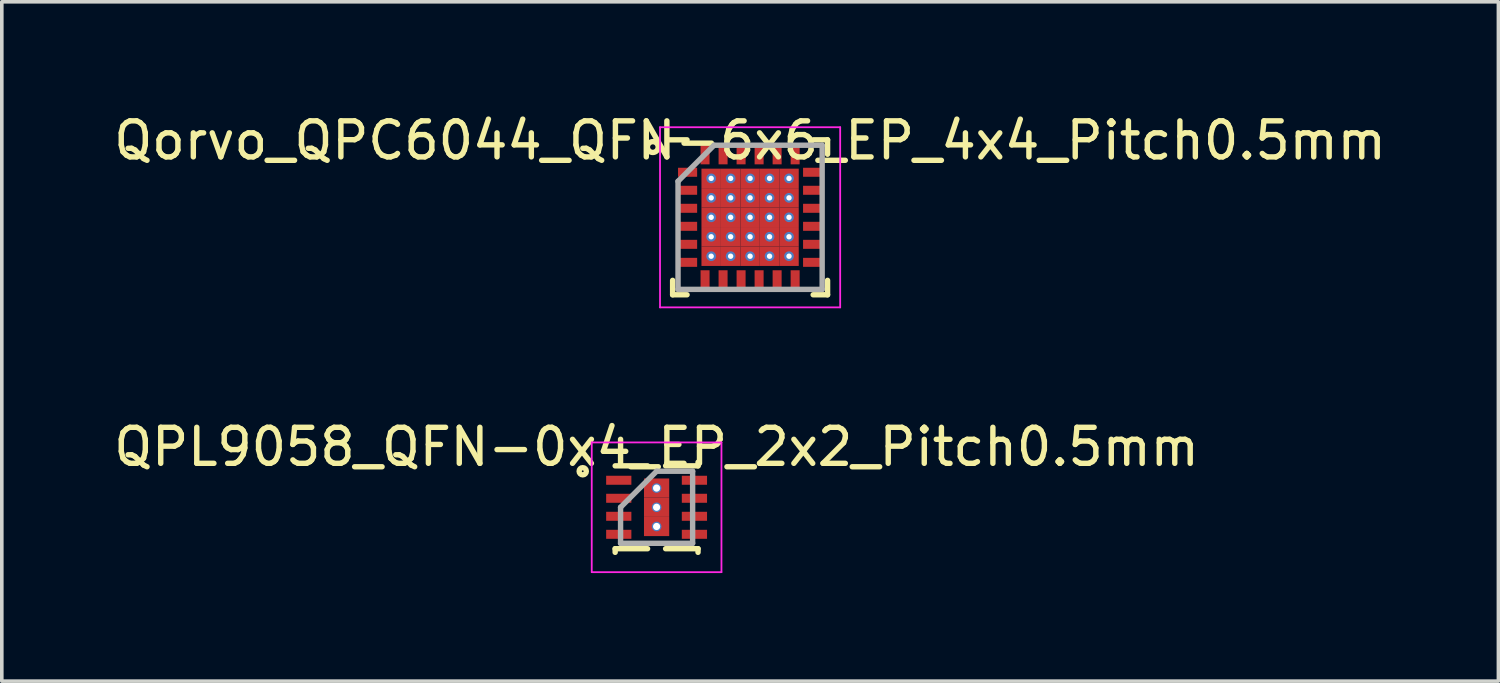
<source format=kicad_pcb>
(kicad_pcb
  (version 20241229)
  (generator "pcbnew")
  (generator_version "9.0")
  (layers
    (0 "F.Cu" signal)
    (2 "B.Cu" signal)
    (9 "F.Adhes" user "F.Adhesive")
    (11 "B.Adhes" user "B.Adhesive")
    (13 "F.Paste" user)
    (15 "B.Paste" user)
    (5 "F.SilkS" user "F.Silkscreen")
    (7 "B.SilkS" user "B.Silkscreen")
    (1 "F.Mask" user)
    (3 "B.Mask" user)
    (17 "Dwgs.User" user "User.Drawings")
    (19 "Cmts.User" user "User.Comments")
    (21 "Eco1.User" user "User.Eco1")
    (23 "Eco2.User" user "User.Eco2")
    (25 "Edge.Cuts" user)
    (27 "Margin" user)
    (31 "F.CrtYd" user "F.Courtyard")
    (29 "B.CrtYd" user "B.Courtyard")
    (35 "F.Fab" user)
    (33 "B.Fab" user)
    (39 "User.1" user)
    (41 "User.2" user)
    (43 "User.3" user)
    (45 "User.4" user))
  (footprint "Qorvo_QPC6044_QFN-6x6_EP_4x4_Pitch0.5mm"
    (layer "F.Cu")
    (at 17.768 2.981)
    (property "Reference" "Qorvo_QPC6044_QFN-6x6_EP_4x4_Pitch0.5mm" (at 0 -2.132 0) (layer "F.SilkS") (effects (font (size 1 1) (thickness 0.15))))
    (attr smd)
    (fp_line (start -2.15 2.15) (end -2.15 1.75) (stroke (width 0.15) (type solid)) (layer "F.SilkS"))
    (fp_line (start -1.75 -2.15) (end -2.265 -2.15) (stroke (width 0.15) (type solid)) (layer "F.SilkS"))
    (fp_line (start -1.75 2.15) (end -2.15 2.15) (stroke (width 0.15) (type solid)) (layer "F.SilkS"))
    (fp_line (start 1.75 -2.15) (end 2.15 -2.15) (stroke (width 0.15) (type solid)) (layer "F.SilkS"))
    (fp_line (start 1.75 2.15) (end 2.15 2.15) (stroke (width 0.15) (type solid)) (layer "F.SilkS"))
    (fp_line (start 2.15 -2.15) (end 2.15 -1.75) (stroke (width 0.15) (type solid)) (layer "F.SilkS"))
    (fp_line (start 2.15 2.15) (end 2.15 1.75) (stroke (width 0.15) (type solid)) (layer "F.SilkS"))
    (fp_circle (center -2.7 -1.95) (end -2.7 -1.8) (stroke (width 0.15) (type solid)) (fill no) (layer "F.SilkS"))
    (fp_line (start -2.5 -2.5) (end 2.5 -2.5) (stroke (width 0.05) (type solid)) (layer "F.CrtYd"))
    (fp_line (start -2.5 2.5) (end -2.5 -2.5) (stroke (width 0.05) (type solid)) (layer "F.CrtYd"))
    (fp_line (start 2.5 -2.5) (end 2.5 2.5) (stroke (width 0.05) (type solid)) (layer "F.CrtYd"))
    (fp_line (start 2.5 2.5) (end -2.5 2.5) (stroke (width 0.05) (type solid)) (layer "F.CrtYd"))
    (fp_line (start -2 -1) (end -2 2) (stroke (width 0.15) (type solid)) (layer "F.Fab"))
    (fp_line (start -2 2) (end 2 2) (stroke (width 0.15) (type solid)) (layer "F.Fab"))
    (fp_line (start -1 -2) (end -2 -1) (stroke (width 0.15) (type solid)) (layer "F.Fab"))
    (fp_line (start 2 -2) (end -1 -2) (stroke (width 0.15) (type solid)) (layer "F.Fab"))
    (fp_line (start 2 2) (end 2 -2) (stroke (width 0.15) (type solid)) (layer "F.Fab"))
    (pad "1" smd rect (at -1.735 -1.25 90) (size 0.25 0.53) (layers "F.Cu" "F.Mask" "F.Paste"))
    (pad "2" smd rect (at -1.735 -0.75 90) (size 0.25 0.53) (layers "F.Cu" "F.Mask" "F.Paste"))
    (pad "3" smd rect (at -1.735 -0.25 90) (size 0.25 0.53) (layers "F.Cu" "F.Mask" "F.Paste"))
    (pad "4" smd rect (at -1.735 0.25 90) (size 0.25 0.53) (layers "F.Cu" "F.Mask" "F.Paste"))
    (pad "5" smd rect (at -1.735 0.75 90) (size 0.25 0.53) (layers "F.Cu" "F.Mask" "F.Paste"))
    (pad "6" smd rect (at -1.735 1.25 90) (size 0.25 0.53) (layers "F.Cu" "F.Mask" "F.Paste"))
    (pad "7" smd rect (at -1.25 1.735) (size 0.25 0.53) (layers "F.Cu" "F.Mask" "F.Paste"))
    (pad "8" smd rect (at -0.75 1.735) (size 0.25 0.53) (layers "F.Cu" "F.Mask" "F.Paste"))
    (pad "9" smd rect (at -0.25 1.735) (size 0.25 0.53) (layers "F.Cu" "F.Mask" "F.Paste"))
    (pad "10" smd rect (at 0.25 1.735) (size 0.25 0.53) (layers "F.Cu" "F.Mask" "F.Paste"))
    (pad "11" smd rect (at 0.75 1.735) (size 0.25 0.53) (layers "F.Cu" "F.Mask" "F.Paste"))
    (pad "12" smd rect (at 1.25 1.735) (size 0.25 0.53) (layers "F.Cu" "F.Mask" "F.Paste"))
    (pad "13" smd rect (at 1.735 1.25 90) (size 0.25 0.53) (layers "F.Cu" "F.Mask" "F.Paste"))
    (pad "14" smd rect (at 1.735 0.75 90) (size 0.25 0.53) (layers "F.Cu" "F.Mask" "F.Paste"))
    (pad "15" smd rect (at 1.735 0.25 90) (size 0.25 0.53) (layers "F.Cu" "F.Mask" "F.Paste"))
    (pad "16" smd rect (at 1.735 -0.25 90) (size 0.25 0.53) (layers "F.Cu" "F.Mask" "F.Paste"))
    (pad "17" smd rect (at 1.735 -0.75 90) (size 0.25 0.53) (layers "F.Cu" "F.Mask" "F.Paste"))
    (pad "18" smd rect (at 1.735 -1.25 90) (size 0.25 0.53) (layers "F.Cu" "F.Mask" "F.Paste"))
    (pad "19" smd rect (at 1.25 -1.735) (size 0.25 0.53) (layers "F.Cu" "F.Mask" "F.Paste"))
    (pad "20" smd rect (at 0.75 -1.735) (size 0.25 0.53) (layers "F.Cu" "F.Mask" "F.Paste"))
    (pad "21" smd rect (at 0.25 -1.735) (size 0.25 0.53) (layers "F.Cu" "F.Mask" "F.Paste"))
    (pad "22" smd rect (at -0.25 -1.735) (size 0.25 0.53) (layers "F.Cu" "F.Mask" "F.Paste"))
    (pad "23" smd rect (at -0.75 -1.735) (size 0.25 0.53) (layers "F.Cu" "F.Mask" "F.Paste"))
    (pad "24" smd rect (at -1.25 -1.735) (size 0.25 0.53) (layers "F.Cu" "F.Mask" "F.Paste"))
    (pad "25" thru_hole circle (at -1.08 -1.08) (size 0.27 0.27) (drill 0.15) (layers "*.Cu" "*.Mask"))
    (pad "25" smd rect (at -1.08 -1.08) (size 0.54 0.54) (layers "F.Cu" "F.Mask" "F.Paste"))
    (pad "25" thru_hole circle (at -1.08 -0.54) (size 0.27 0.27) (drill 0.15) (layers "*.Cu" "*.Mask"))
    (pad "25" smd rect (at -1.08 -0.54) (size 0.54 0.54) (layers "F.Cu" "F.Mask" "F.Paste"))
    (pad "25" thru_hole circle (at -1.08 0) (size 0.27 0.27) (drill 0.15) (layers "*.Cu" "*.Mask"))
    (pad "25" smd rect (at -1.08 0) (size 0.54 0.54) (layers "F.Cu" "F.Mask" "F.Paste"))
    (pad "25" thru_hole circle (at -1.08 0.54) (size 0.27 0.27) (drill 0.15) (layers "*.Cu" "*.Mask"))
    (pad "25" smd rect (at -1.08 0.54) (size 0.54 0.54) (layers "F.Cu" "F.Mask" "F.Paste"))
    (pad "25" thru_hole circle (at -1.08 1.08) (size 0.27 0.27) (drill 0.15) (layers "*.Cu" "*.Mask"))
    (pad "25" smd rect (at -1.08 1.08) (size 0.54 0.54) (layers "F.Cu" "F.Mask" "F.Paste"))
    (pad "25" thru_hole circle (at -0.54 -1.08) (size 0.27 0.27) (drill 0.15) (layers "*.Cu" "*.Mask"))
    (pad "25" smd rect (at -0.54 -1.08) (size 0.54 0.54) (layers "F.Cu" "F.Mask" "F.Paste"))
    (pad "25" thru_hole circle (at -0.54 -0.54) (size 0.27 0.27) (drill 0.15) (layers "*.Cu" "*.Mask"))
    (pad "25" smd rect (at -0.54 -0.54) (size 0.54 0.54) (layers "F.Cu" "F.Mask" "F.Paste"))
    (pad "25" thru_hole circle (at -0.54 0) (size 0.27 0.27) (drill 0.15) (layers "*.Cu" "*.Mask"))
    (pad "25" smd rect (at -0.54 0) (size 0.54 0.54) (layers "F.Cu" "F.Mask" "F.Paste"))
    (pad "25" thru_hole circle (at -0.54 0.54) (size 0.27 0.27) (drill 0.15) (layers "*.Cu" "*.Mask"))
    (pad "25" smd rect (at -0.54 0.54) (size 0.54 0.54) (layers "F.Cu" "F.Mask" "F.Paste"))
    (pad "25" thru_hole circle (at -0.54 1.08) (size 0.27 0.27) (drill 0.15) (layers "*.Cu" "*.Mask"))
    (pad "25" smd rect (at -0.54 1.08) (size 0.54 0.54) (layers "F.Cu" "F.Mask" "F.Paste"))
    (pad "25" thru_hole circle (at 0 -1.08) (size 0.27 0.27) (drill 0.15) (layers "*.Cu" "*.Mask"))
    (pad "25" smd rect (at 0 -1.08) (size 0.54 0.54) (layers "F.Cu" "F.Mask" "F.Paste"))
    (pad "25" thru_hole circle (at 0 -0.54) (size 0.27 0.27) (drill 0.15) (layers "*.Cu" "*.Mask"))
    (pad "25" smd rect (at 0 -0.54) (size 0.54 0.54) (layers "F.Cu" "F.Mask" "F.Paste"))
    (pad "25" thru_hole circle (at 0 0) (size 0.27 0.27) (drill 0.15) (layers "*.Cu" "*.Mask"))
    (pad "25" smd rect (at 0 0) (size 0.54 0.54) (layers "F.Cu" "F.Mask" "F.Paste"))
    (pad "25" thru_hole circle (at 0 0.54) (size 0.27 0.27) (drill 0.15) (layers "*.Cu" "*.Mask"))
    (pad "25" smd rect (at 0 0.54) (size 0.54 0.54) (layers "F.Cu" "F.Mask" "F.Paste"))
    (pad "25" thru_hole circle (at 0 1.08) (size 0.27 0.27) (drill 0.15) (layers "*.Cu" "*.Mask"))
    (pad "25" smd rect (at 0 1.08) (size 0.54 0.54) (layers "F.Cu" "F.Mask" "F.Paste"))
    (pad "25" thru_hole circle (at 0.54 -1.08) (size 0.27 0.27) (drill 0.15) (layers "*.Cu" "*.Mask"))
    (pad "25" smd rect (at 0.54 -1.08) (size 0.54 0.54) (layers "F.Cu" "F.Mask" "F.Paste"))
    (pad "25" thru_hole circle (at 0.54 -0.54) (size 0.27 0.27) (drill 0.15) (layers "*.Cu" "*.Mask"))
    (pad "25" smd rect (at 0.54 -0.54) (size 0.54 0.54) (layers "F.Cu" "F.Mask" "F.Paste"))
    (pad "25" thru_hole circle (at 0.54 0) (size 0.27 0.27) (drill 0.15) (layers "*.Cu" "*.Mask"))
    (pad "25" smd rect (at 0.54 0) (size 0.54 0.54) (layers "F.Cu" "F.Mask" "F.Paste"))
    (pad "25" thru_hole circle (at 0.54 0.54) (size 0.27 0.27) (drill 0.15) (layers "*.Cu" "*.Mask"))
    (pad "25" smd rect (at 0.54 0.54) (size 0.54 0.54) (layers "F.Cu" "F.Mask" "F.Paste"))
    (pad "25" thru_hole circle (at 0.54 1.08) (size 0.27 0.27) (drill 0.15) (layers "*.Cu" "*.Mask"))
    (pad "25" smd rect (at 0.54 1.08) (size 0.54 0.54) (layers "F.Cu" "F.Mask" "F.Paste"))
    (pad "25" thru_hole circle (at 1.08 -1.08) (size 0.27 0.27) (drill 0.15) (layers "*.Cu" "*.Mask"))
    (pad "25" smd rect (at 1.08 -1.08) (size 0.54 0.54) (layers "F.Cu" "F.Mask" "F.Paste"))
    (pad "25" thru_hole circle (at 1.08 -0.54) (size 0.27 0.27) (drill 0.15) (layers "*.Cu" "*.Mask"))
    (pad "25" smd rect (at 1.08 -0.54) (size 0.54 0.54) (layers "F.Cu" "F.Mask" "F.Paste"))
    (pad "25" thru_hole circle (at 1.08 0) (size 0.27 0.27) (drill 0.15) (layers "*.Cu" "*.Mask"))
    (pad "25" smd rect (at 1.08 0) (size 0.54 0.54) (layers "F.Cu" "F.Mask" "F.Paste"))
    (pad "25" thru_hole circle (at 1.08 0.54) (size 0.27 0.27) (drill 0.15) (layers "*.Cu" "*.Mask"))
    (pad "25" smd rect (at 1.08 0.54) (size 0.54 0.54) (layers "F.Cu" "F.Mask" "F.Paste"))
    (pad "25" thru_hole circle (at 1.08 1.08) (size 0.27 0.27) (drill 0.15) (layers "*.Cu" "*.Mask"))
    (pad "25" smd rect (at 1.08 1.08) (size 0.54 0.54) (layers "F.Cu" "F.Mask" "F.Paste")))
  (footprint "QPL9058_QFN-0x4_EP_2x2_Pitch0.5mm"
    (layer "F.Cu")
    (at 15.173 11.029)
    (property "Reference" "QPL9058_QFN-0x4_EP_2x2_Pitch0.5mm" (at 0 -1.675 0) (layer "F.SilkS") (effects (font (size 1 1) (thickness 0.15))))
    (attr through_hole)
    (fp_line (start -1.15 1.15) (end -1.15 1.25) (stroke (width 0.15) (type default)) (layer "F.SilkS"))
    (fp_line (start -0.25 -1.15) (end -1.15 -1.15) (stroke (width 0.15) (type default)) (layer "F.SilkS"))
    (fp_line (start -0.25 1.15) (end -1.15 1.15) (stroke (width 0.15) (type default)) (layer "F.SilkS"))
    (fp_line (start 0.25 -1.15) (end 1.15 -1.15) (stroke (width 0.15) (type default)) (layer "F.SilkS"))
    (fp_line (start 0.25 1.15) (end 1.15 1.15) (stroke (width 0.15) (type default)) (layer "F.SilkS"))
    (fp_line (start 1.15 -1.15) (end 1.15 -1.25) (stroke (width 0.15) (type default)) (layer "F.SilkS"))
    (fp_line (start 1.15 1.15) (end 1.15 1.25) (stroke (width 0.15) (type default)) (layer "F.SilkS"))
    (fp_circle (center -2.05 -1) (end -2.05 -0.9) (stroke (width 0.15) (type default)) (fill no) (layer "F.SilkS"))
    (fp_line (start -1.8 -1.8) (end 1.8 -1.8) (stroke (width 0.05) (type default)) (layer "F.CrtYd"))
    (fp_line (start -1.8 1.8) (end -1.8 -1.8) (stroke (width 0.05) (type default)) (layer "F.CrtYd"))
    (fp_line (start 1.8 -1.8) (end 1.8 1.8) (stroke (width 0.05) (type default)) (layer "F.CrtYd"))
    (fp_line (start 1.8 1.8) (end -1.8 1.8) (stroke (width 0.05) (type default)) (layer "F.CrtYd"))
    (fp_line (start -1 0) (end -1 1) (stroke (width 0.15) (type default)) (layer "F.Fab"))
    (fp_line (start -1 1) (end 1 1) (stroke (width 0.15) (type default)) (layer "F.Fab"))
    (fp_line (start 0 -1) (end -1 0) (stroke (width 0.15) (type default)) (layer "F.Fab"))
    (fp_line (start 1 -1) (end 0 -1) (stroke (width 0.15) (type default)) (layer "F.Fab"))
    (fp_line (start 1 1) (end 1 -1) (stroke (width 0.15) (type default)) (layer "F.Fab"))
    (pad "1" smd rect (at -1.05 -0.75 90) (size 0.25 0.7) (layers "F.Cu" "F.Mask" "F.Paste"))
    (pad "2" smd rect (at -1.05 -0.25 90) (size 0.25 0.7) (layers "F.Cu" "F.Mask" "F.Paste"))
    (pad "3" smd rect (at -1.05 0.25 90) (size 0.25 0.7) (layers "F.Cu" "F.Mask" "F.Paste"))
    (pad "4" smd rect (at -1.05 0.75 90) (size 0.25 0.7) (layers "F.Cu" "F.Mask" "F.Paste"))
    (pad "5" smd rect (at 1.05 0.75 90) (size 0.25 0.7) (layers "F.Cu" "F.Mask" "F.Paste"))
    (pad "6" smd rect (at 1.05 0.25 90) (size 0.25 0.7) (layers "F.Cu" "F.Mask" "F.Paste"))
    (pad "7" smd rect (at 1.05 -0.25 90) (size 0.25 0.7) (layers "F.Cu" "F.Mask" "F.Paste"))
    (pad "8" smd rect (at 1.05 -0.75 90) (size 0.25 0.7) (layers "F.Cu" "F.Mask" "F.Paste"))
    (pad "9" thru_hole circle (at 0 -0.533) (size 0.267 0.267) (drill 0.2) (layers "*.Cu" "*.Mask"))
    (pad "9" smd rect (at 0 -0.533) (size 0.7 0.533) (layers "F.Cu" "F.Mask" "F.Paste"))
    (pad "9" thru_hole circle (at 0 0) (size 0.267 0.267) (drill 0.2) (layers "*.Cu" "*.Mask"))
    (pad "9" smd rect (at 0 0) (size 0.7 0.533) (layers "F.Cu" "F.Mask" "F.Paste"))
    (pad "9" thru_hole circle (at 0 0.533) (size 0.267 0.267) (drill 0.2) (layers "*.Cu" "*.Mask"))
    (pad "9" smd rect (at 0 0.533) (size 0.7 0.533) (layers "F.Cu" "F.Mask" "F.Paste")))
  (gr_rect
    (start -3 -3)
    (end 38.536 15.854)
    (stroke (width 0.1) (type default))
    (fill no)
    (layer "Edge.Cuts")))
</source>
